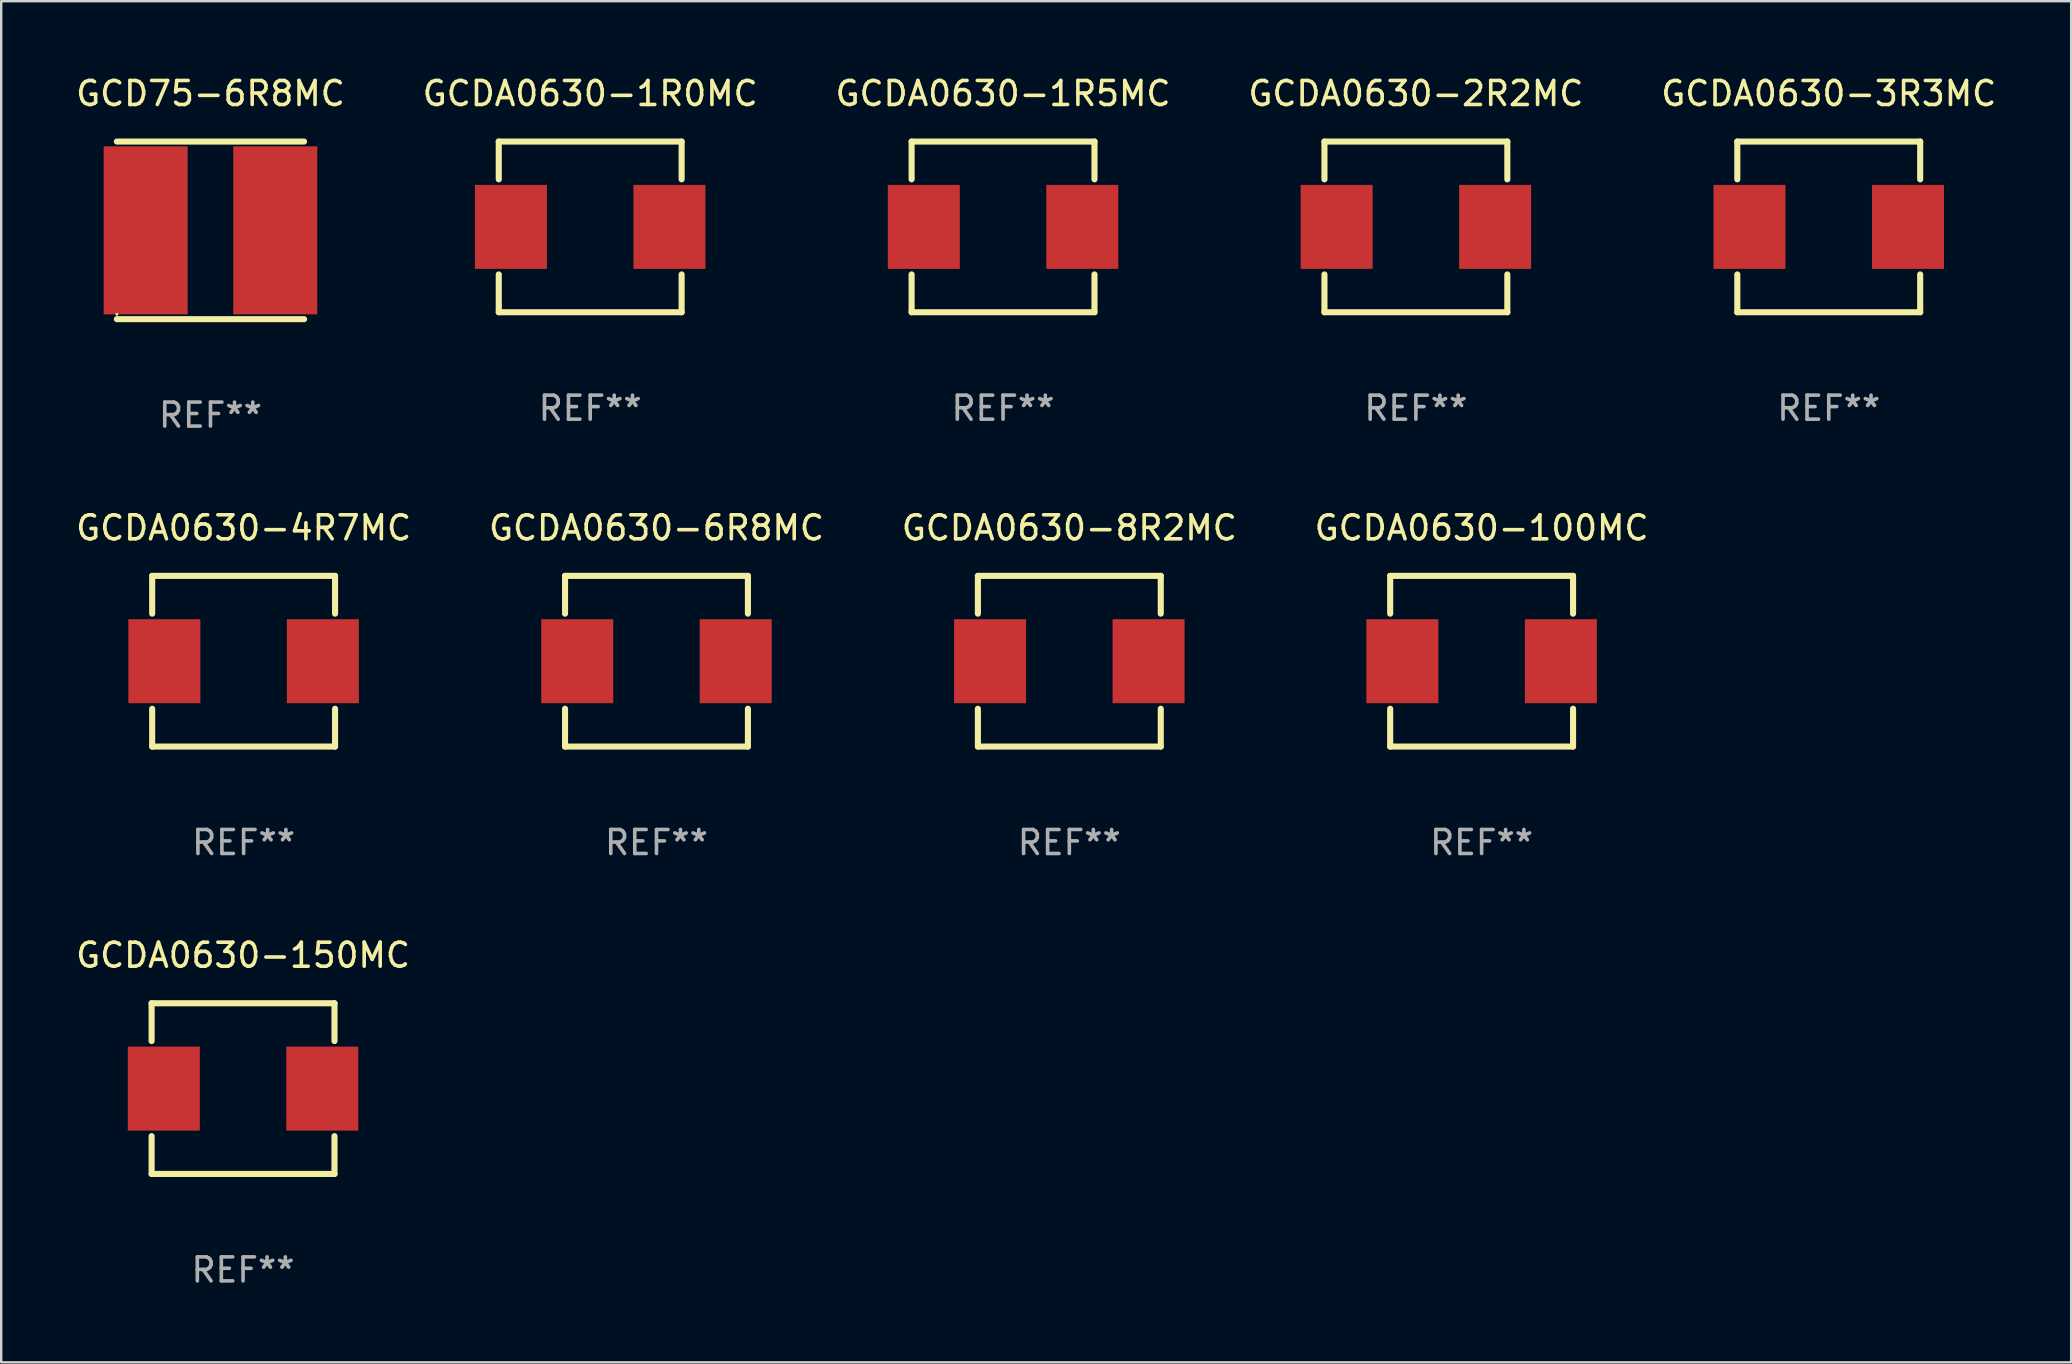
<source format=kicad_pcb>
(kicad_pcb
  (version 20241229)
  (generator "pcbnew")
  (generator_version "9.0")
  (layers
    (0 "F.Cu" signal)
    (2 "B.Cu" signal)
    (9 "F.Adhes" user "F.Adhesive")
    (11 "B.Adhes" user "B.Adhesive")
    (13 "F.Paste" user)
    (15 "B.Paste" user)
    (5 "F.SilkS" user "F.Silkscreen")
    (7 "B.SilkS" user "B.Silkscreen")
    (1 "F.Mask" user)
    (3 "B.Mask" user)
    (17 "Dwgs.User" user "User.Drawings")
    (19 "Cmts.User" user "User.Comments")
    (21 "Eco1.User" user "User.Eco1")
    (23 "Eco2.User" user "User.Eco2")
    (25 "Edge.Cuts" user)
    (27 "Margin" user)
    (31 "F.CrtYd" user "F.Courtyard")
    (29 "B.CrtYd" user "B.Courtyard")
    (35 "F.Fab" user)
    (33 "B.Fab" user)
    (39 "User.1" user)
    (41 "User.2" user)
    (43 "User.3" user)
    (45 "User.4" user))
  (footprint "GCDA0630-150MC"
    (layer "F.Cu")
    (at 7.077 42.309)
    (property "Reference" "GCDA0630-150MC" (at 0 -5.556 0) (layer "F.SilkS") (effects (font (size 1 1) (thickness 0.15))))
    (attr through_hole)
    (fp_line (start -3.81 -3.556) (end 3.81 -3.556) (stroke (width 0.254) (type solid)) (layer "F.SilkS"))
    (fp_line (start -3.81 -1.981) (end -3.81 -3.556) (stroke (width 0.254) (type solid)) (layer "F.SilkS"))
    (fp_line (start -3.81 3.556) (end -3.81 1.981) (stroke (width 0.254) (type solid)) (layer "F.SilkS"))
    (fp_line (start 3.81 -3.556) (end 3.81 -1.981) (stroke (width 0.254) (type solid)) (layer "F.SilkS"))
    (fp_line (start 3.81 1.981) (end 3.81 3.556) (stroke (width 0.254) (type solid)) (layer "F.SilkS"))
    (fp_line (start 3.81 3.556) (end -3.81 3.556) (stroke (width 0.254) (type solid)) (layer "F.SilkS"))
    (fp_circle (center -3.75 3.3) (end -3.72 3.3) (stroke (width 0.06) (type solid)) (fill no) (layer "F.SilkS"))
    (fp_text user "REF**" (at 0 7.556 0) (layer "F.Fab") (effects (font (size 1 1) (thickness 0.15))))
    (pad "1" smd rect (at -3.302 0 90) (size 3.5 3) (layers "F.Cu" "F.Mask" "F.Paste"))
    (pad "2" smd rect (at 3.302 0 90) (size 3.5 3) (layers "F.Cu" "F.Mask" "F.Paste")))
  (footprint "GCDA0630-8R2MC"
    (layer "F.Cu")
    (at 41.506 24.501)
    (property "Reference" "GCDA0630-8R2MC" (at 0 -5.556 0) (layer "F.SilkS") (effects (font (size 1 1) (thickness 0.15))))
    (attr through_hole)
    (fp_line (start -3.81 -3.556) (end 3.81 -3.556) (stroke (width 0.254) (type solid)) (layer "F.SilkS"))
    (fp_line (start -3.81 -1.981) (end -3.81 -3.556) (stroke (width 0.254) (type solid)) (layer "F.SilkS"))
    (fp_line (start -3.81 3.556) (end -3.81 1.981) (stroke (width 0.254) (type solid)) (layer "F.SilkS"))
    (fp_line (start 3.81 -3.556) (end 3.81 -1.981) (stroke (width 0.254) (type solid)) (layer "F.SilkS"))
    (fp_line (start 3.81 1.981) (end 3.81 3.556) (stroke (width 0.254) (type solid)) (layer "F.SilkS"))
    (fp_line (start 3.81 3.556) (end -3.81 3.556) (stroke (width 0.254) (type solid)) (layer "F.SilkS"))
    (fp_circle (center -3.75 3.3) (end -3.72 3.3) (stroke (width 0.06) (type solid)) (fill no) (layer "F.SilkS"))
    (fp_text user "REF**" (at 0 7.556 0) (layer "F.Fab") (effects (font (size 1 1) (thickness 0.15))))
    (pad "1" smd rect (at -3.302 0 90) (size 3.5 3) (layers "F.Cu" "F.Mask" "F.Paste"))
    (pad "2" smd rect (at 3.302 0 90) (size 3.5 3) (layers "F.Cu" "F.Mask" "F.Paste")))
  (footprint "GCDA0630-1R0MC"
    (layer "F.Cu")
    (at 21.542 6.404)
    (property "Reference" "GCDA0630-1R0MC" (at 0 -5.556 0) (layer "F.SilkS") (effects (font (size 1 1) (thickness 0.15))))
    (attr through_hole)
    (fp_line (start -3.81 -3.556) (end 3.81 -3.556) (stroke (width 0.254) (type solid)) (layer "F.SilkS"))
    (fp_line (start -3.81 -1.981) (end -3.81 -3.556) (stroke (width 0.254) (type solid)) (layer "F.SilkS"))
    (fp_line (start -3.81 3.556) (end -3.81 1.981) (stroke (width 0.254) (type solid)) (layer "F.SilkS"))
    (fp_line (start 3.81 -3.556) (end 3.81 -1.981) (stroke (width 0.254) (type solid)) (layer "F.SilkS"))
    (fp_line (start 3.81 1.981) (end 3.81 3.556) (stroke (width 0.254) (type solid)) (layer "F.SilkS"))
    (fp_line (start 3.81 3.556) (end -3.81 3.556) (stroke (width 0.254) (type solid)) (layer "F.SilkS"))
    (fp_circle (center -3.75 3.3) (end -3.72 3.3) (stroke (width 0.06) (type solid)) (fill no) (layer "F.SilkS"))
    (fp_text user "REF**" (at 0 7.556 0) (layer "F.Fab") (effects (font (size 1 1) (thickness 0.15))))
    (pad "1" smd rect (at -3.302 0 90) (size 3.5 3) (layers "F.Cu" "F.Mask" "F.Paste"))
    (pad "2" smd rect (at 3.302 0 90) (size 3.5 3) (layers "F.Cu" "F.Mask" "F.Paste")))
  (footprint "GCDA0630-1R5MC"
    (layer "F.Cu")
    (at 38.744 6.404)
    (property "Reference" "GCDA0630-1R5MC" (at 0 -5.556 0) (layer "F.SilkS") (effects (font (size 1 1) (thickness 0.15))))
    (attr through_hole)
    (fp_line (start -3.81 -3.556) (end 3.81 -3.556) (stroke (width 0.254) (type solid)) (layer "F.SilkS"))
    (fp_line (start -3.81 -1.981) (end -3.81 -3.556) (stroke (width 0.254) (type solid)) (layer "F.SilkS"))
    (fp_line (start -3.81 3.556) (end -3.81 1.981) (stroke (width 0.254) (type solid)) (layer "F.SilkS"))
    (fp_line (start 3.81 -3.556) (end 3.81 -1.981) (stroke (width 0.254) (type solid)) (layer "F.SilkS"))
    (fp_line (start 3.81 1.981) (end 3.81 3.556) (stroke (width 0.254) (type solid)) (layer "F.SilkS"))
    (fp_line (start 3.81 3.556) (end -3.81 3.556) (stroke (width 0.254) (type solid)) (layer "F.SilkS"))
    (fp_circle (center -3.75 3.3) (end -3.72 3.3) (stroke (width 0.06) (type solid)) (fill no) (layer "F.SilkS"))
    (fp_text user "REF**" (at 0 7.556 0) (layer "F.Fab") (effects (font (size 1 1) (thickness 0.15))))
    (pad "1" smd rect (at -3.302 0 90) (size 3.5 3) (layers "F.Cu" "F.Mask" "F.Paste"))
    (pad "2" smd rect (at 3.302 0 90) (size 3.5 3) (layers "F.Cu" "F.Mask" "F.Paste")))
  (footprint "GCDA0630-6R8MC"
    (layer "F.Cu")
    (at 24.304 24.501)
    (property "Reference" "GCDA0630-6R8MC" (at 0 -5.556 0) (layer "F.SilkS") (effects (font (size 1 1) (thickness 0.15))))
    (attr through_hole)
    (fp_line (start -3.81 -3.556) (end 3.81 -3.556) (stroke (width 0.254) (type solid)) (layer "F.SilkS"))
    (fp_line (start -3.81 -1.981) (end -3.81 -3.556) (stroke (width 0.254) (type solid)) (layer "F.SilkS"))
    (fp_line (start -3.81 3.556) (end -3.81 1.981) (stroke (width 0.254) (type solid)) (layer "F.SilkS"))
    (fp_line (start 3.81 -3.556) (end 3.81 -1.981) (stroke (width 0.254) (type solid)) (layer "F.SilkS"))
    (fp_line (start 3.81 1.981) (end 3.81 3.556) (stroke (width 0.254) (type solid)) (layer "F.SilkS"))
    (fp_line (start 3.81 3.556) (end -3.81 3.556) (stroke (width 0.254) (type solid)) (layer "F.SilkS"))
    (fp_circle (center -3.75 3.3) (end -3.72 3.3) (stroke (width 0.06) (type solid)) (fill no) (layer "F.SilkS"))
    (fp_text user "REF**" (at 0 7.556 0) (layer "F.Fab") (effects (font (size 1 1) (thickness 0.15))))
    (pad "1" smd rect (at -3.302 0 90) (size 3.5 3) (layers "F.Cu" "F.Mask" "F.Paste"))
    (pad "2" smd rect (at 3.302 0 90) (size 3.5 3) (layers "F.Cu" "F.Mask" "F.Paste")))
  (footprint "GCDA0630-100MC"
    (layer "F.Cu")
    (at 58.685 24.501)
    (property "Reference" "GCDA0630-100MC" (at 0 -5.556 0) (layer "F.SilkS") (effects (font (size 1 1) (thickness 0.15))))
    (attr through_hole)
    (fp_line (start -3.81 -3.556) (end 3.81 -3.556) (stroke (width 0.254) (type solid)) (layer "F.SilkS"))
    (fp_line (start -3.81 -1.981) (end -3.81 -3.556) (stroke (width 0.254) (type solid)) (layer "F.SilkS"))
    (fp_line (start -3.81 3.556) (end -3.81 1.981) (stroke (width 0.254) (type solid)) (layer "F.SilkS"))
    (fp_line (start 3.81 -3.556) (end 3.81 -1.981) (stroke (width 0.254) (type solid)) (layer "F.SilkS"))
    (fp_line (start 3.81 1.981) (end 3.81 3.556) (stroke (width 0.254) (type solid)) (layer "F.SilkS"))
    (fp_line (start 3.81 3.556) (end -3.81 3.556) (stroke (width 0.254) (type solid)) (layer "F.SilkS"))
    (fp_circle (center -3.75 3.3) (end -3.72 3.3) (stroke (width 0.06) (type solid)) (fill no) (layer "F.SilkS"))
    (fp_text user "REF**" (at 0 7.556 0) (layer "F.Fab") (effects (font (size 1 1) (thickness 0.15))))
    (pad "1" smd rect (at -3.302 0 90) (size 3.5 3) (layers "F.Cu" "F.Mask" "F.Paste"))
    (pad "2" smd rect (at 3.302 0 90) (size 3.5 3) (layers "F.Cu" "F.Mask" "F.Paste")))
  (footprint "GCDA0630-4R7MC"
    (layer "F.Cu")
    (at 7.101 24.501)
    (property "Reference" "GCDA0630-4R7MC" (at 0 -5.556 0) (layer "F.SilkS") (effects (font (size 1 1) (thickness 0.15))))
    (attr through_hole)
    (fp_line (start -3.81 -3.556) (end 3.81 -3.556) (stroke (width 0.254) (type solid)) (layer "F.SilkS"))
    (fp_line (start -3.81 -1.981) (end -3.81 -3.556) (stroke (width 0.254) (type solid)) (layer "F.SilkS"))
    (fp_line (start -3.81 3.556) (end -3.81 1.981) (stroke (width 0.254) (type solid)) (layer "F.SilkS"))
    (fp_line (start 3.81 -3.556) (end 3.81 -1.981) (stroke (width 0.254) (type solid)) (layer "F.SilkS"))
    (fp_line (start 3.81 1.981) (end 3.81 3.556) (stroke (width 0.254) (type solid)) (layer "F.SilkS"))
    (fp_line (start 3.81 3.556) (end -3.81 3.556) (stroke (width 0.254) (type solid)) (layer "F.SilkS"))
    (fp_circle (center -3.75 3.3) (end -3.72 3.3) (stroke (width 0.06) (type solid)) (fill no) (layer "F.SilkS"))
    (fp_text user "REF**" (at 0 7.556 0) (layer "F.Fab") (effects (font (size 1 1) (thickness 0.15))))
    (pad "1" smd rect (at -3.302 0 90) (size 3.5 3) (layers "F.Cu" "F.Mask" "F.Paste"))
    (pad "2" smd rect (at 3.302 0 90) (size 3.5 3) (layers "F.Cu" "F.Mask" "F.Paste")))
  (footprint "GCD75-6R8MC"
    (layer "F.Cu")
    (at 5.72 6.548)
    (property "Reference" "GCD75-6R8MC" (at 0 -5.7 0) (layer "F.SilkS") (effects (font (size 1 1) (thickness 0.15))))
    (attr through_hole)
    (fp_line (start -3.9 -3.7) (end 3.9 -3.7) (stroke (width 0.254) (type solid)) (layer "F.SilkS"))
    (fp_line (start -3.9 3.7) (end 3.9 3.7) (stroke (width 0.254) (type solid)) (layer "F.SilkS"))
    (fp_circle (center -3.9 3.5) (end -3.87 3.5) (stroke (width 0.06) (type solid)) (fill no) (layer "F.SilkS"))
    (fp_text user "REF**" (at 0 7.7 0) (layer "F.Fab") (effects (font (size 1 1) (thickness 0.15))))
    (pad "1" smd rect (at -2.7 0) (size 3.5 7) (layers "F.Cu" "F.Mask" "F.Paste"))
    (pad "2" smd rect (at 2.7 0) (size 3.5 7) (layers "F.Cu" "F.Mask" "F.Paste")))
  (footprint "GCDA0630-2R2MC"
    (layer "F.Cu")
    (at 55.946 6.404)
    (property "Reference" "GCDA0630-2R2MC" (at 0 -5.556 0) (layer "F.SilkS") (effects (font (size 1 1) (thickness 0.15))))
    (attr through_hole)
    (fp_line (start -3.81 -3.556) (end 3.81 -3.556) (stroke (width 0.254) (type solid)) (layer "F.SilkS"))
    (fp_line (start -3.81 -1.981) (end -3.81 -3.556) (stroke (width 0.254) (type solid)) (layer "F.SilkS"))
    (fp_line (start -3.81 3.556) (end -3.81 1.981) (stroke (width 0.254) (type solid)) (layer "F.SilkS"))
    (fp_line (start 3.81 -3.556) (end 3.81 -1.981) (stroke (width 0.254) (type solid)) (layer "F.SilkS"))
    (fp_line (start 3.81 1.981) (end 3.81 3.556) (stroke (width 0.254) (type solid)) (layer "F.SilkS"))
    (fp_line (start 3.81 3.556) (end -3.81 3.556) (stroke (width 0.254) (type solid)) (layer "F.SilkS"))
    (fp_circle (center -3.75 3.3) (end -3.72 3.3) (stroke (width 0.06) (type solid)) (fill no) (layer "F.SilkS"))
    (fp_text user "REF**" (at 0 7.556 0) (layer "F.Fab") (effects (font (size 1 1) (thickness 0.15))))
    (pad "1" smd rect (at -3.302 0 90) (size 3.5 3) (layers "F.Cu" "F.Mask" "F.Paste"))
    (pad "2" smd rect (at 3.302 0 90) (size 3.5 3) (layers "F.Cu" "F.Mask" "F.Paste")))
  (footprint "GCDA0630-3R3MC"
    (layer "F.Cu")
    (at 73.149 6.404)
    (property "Reference" "GCDA0630-3R3MC" (at 0 -5.556 0) (layer "F.SilkS") (effects (font (size 1 1) (thickness 0.15))))
    (attr through_hole)
    (fp_line (start -3.81 -3.556) (end 3.81 -3.556) (stroke (width 0.254) (type solid)) (layer "F.SilkS"))
    (fp_line (start -3.81 -1.981) (end -3.81 -3.556) (stroke (width 0.254) (type solid)) (layer "F.SilkS"))
    (fp_line (start -3.81 3.556) (end -3.81 1.981) (stroke (width 0.254) (type solid)) (layer "F.SilkS"))
    (fp_line (start 3.81 -3.556) (end 3.81 -1.981) (stroke (width 0.254) (type solid)) (layer "F.SilkS"))
    (fp_line (start 3.81 1.981) (end 3.81 3.556) (stroke (width 0.254) (type solid)) (layer "F.SilkS"))
    (fp_line (start 3.81 3.556) (end -3.81 3.556) (stroke (width 0.254) (type solid)) (layer "F.SilkS"))
    (fp_circle (center -3.75 3.3) (end -3.72 3.3) (stroke (width 0.06) (type solid)) (fill no) (layer "F.SilkS"))
    (fp_text user "REF**" (at 0 7.556 0) (layer "F.Fab") (effects (font (size 1 1) (thickness 0.15))))
    (pad "1" smd rect (at -3.302 0 90) (size 3.5 3) (layers "F.Cu" "F.Mask" "F.Paste"))
    (pad "2" smd rect (at 3.302 0 90) (size 3.5 3) (layers "F.Cu" "F.Mask" "F.Paste")))
  (gr_rect
    (start -3 -3)
    (end 83.25 53.714)
    (stroke (width 0.1) (type default))
    (fill no)
    (layer "Edge.Cuts")))
</source>
